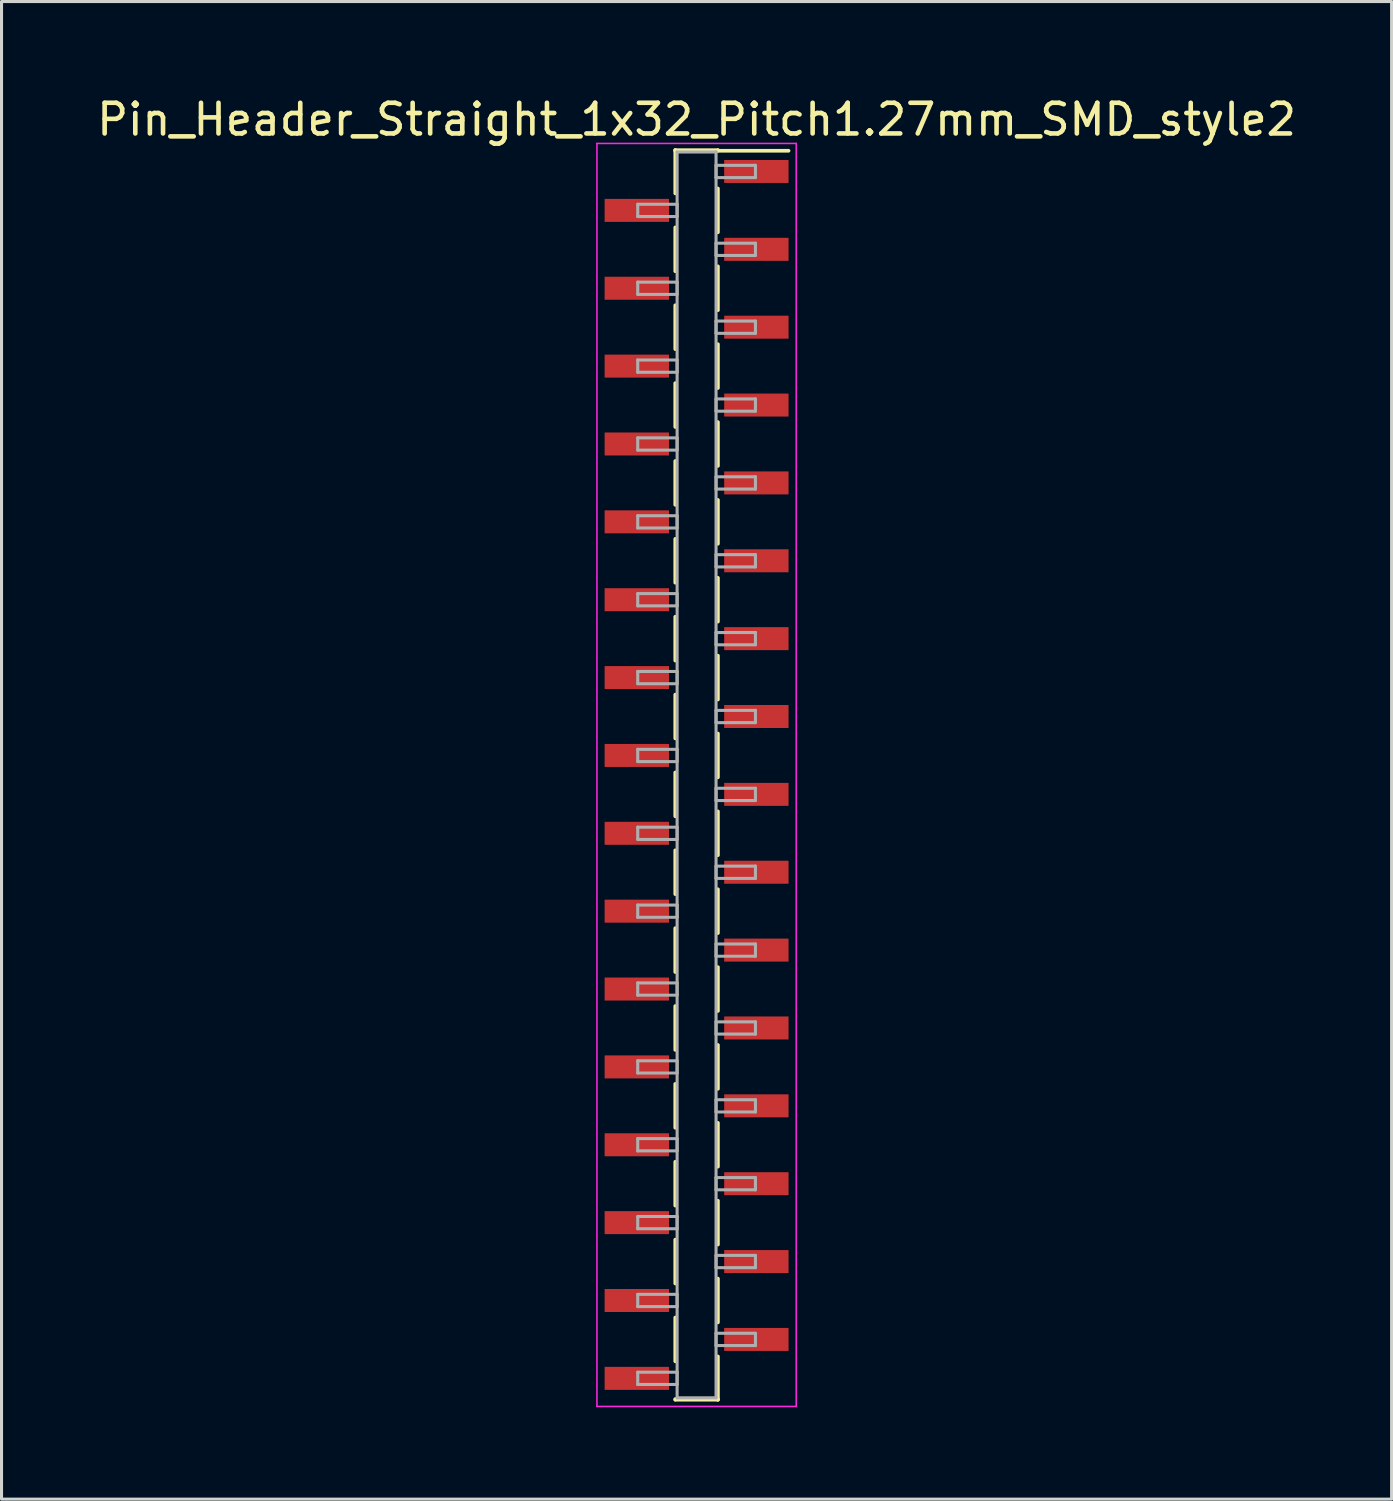
<source format=kicad_pcb>
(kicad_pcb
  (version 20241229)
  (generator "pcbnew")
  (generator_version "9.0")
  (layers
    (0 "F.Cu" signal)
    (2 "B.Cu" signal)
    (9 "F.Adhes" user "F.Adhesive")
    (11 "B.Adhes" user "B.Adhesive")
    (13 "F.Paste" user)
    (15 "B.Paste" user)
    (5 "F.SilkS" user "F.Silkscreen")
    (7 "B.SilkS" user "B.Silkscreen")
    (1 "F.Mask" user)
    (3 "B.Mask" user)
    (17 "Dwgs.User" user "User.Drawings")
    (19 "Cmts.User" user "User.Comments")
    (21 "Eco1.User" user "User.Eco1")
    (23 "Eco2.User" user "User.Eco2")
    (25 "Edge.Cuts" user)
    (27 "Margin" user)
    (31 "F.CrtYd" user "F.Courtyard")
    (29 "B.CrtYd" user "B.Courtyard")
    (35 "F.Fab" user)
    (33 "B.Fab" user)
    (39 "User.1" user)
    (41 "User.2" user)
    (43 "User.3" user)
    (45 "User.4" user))
  (footprint "Pin_Header_Straight_1x32_Pitch1.27mm_SMD_style2"
    (layer "F.Cu")
    (at 19.673 22.228)
    (property "Reference" "Pin_Header_Straight_1x32_Pitch1.27mm_SMD_style2" (at 0 -21.38 0) (layer "F.SilkS") (effects (font (size 1 1) (thickness 0.15))))
    (attr smd)
    (fp_line (start -0.695 -20.38) (end -0.695 -18.97) (stroke (width 0.12) (type solid)) (layer "F.SilkS"))
    (fp_line (start -0.695 -20.38) (end 0.695 -20.38) (stroke (width 0.12) (type solid)) (layer "F.SilkS"))
    (fp_line (start -0.695 -20.36) (end -0.695 -20.38) (stroke (width 0.12) (type solid)) (layer "F.SilkS"))
    (fp_line (start -0.695 -17.86) (end -0.695 -16.43) (stroke (width 0.12) (type solid)) (layer "F.SilkS"))
    (fp_line (start -0.695 -15.32) (end -0.695 -13.89) (stroke (width 0.12) (type solid)) (layer "F.SilkS"))
    (fp_line (start -0.695 -12.78) (end -0.695 -11.35) (stroke (width 0.12) (type solid)) (layer "F.SilkS"))
    (fp_line (start -0.695 -10.24) (end -0.695 -8.81) (stroke (width 0.12) (type solid)) (layer "F.SilkS"))
    (fp_line (start -0.695 -7.7) (end -0.695 -6.27) (stroke (width 0.12) (type solid)) (layer "F.SilkS"))
    (fp_line (start -0.695 -5.16) (end -0.695 -3.73) (stroke (width 0.12) (type solid)) (layer "F.SilkS"))
    (fp_line (start -0.695 -2.62) (end -0.695 -1.19) (stroke (width 0.12) (type solid)) (layer "F.SilkS"))
    (fp_line (start -0.695 -0.08) (end -0.695 1.35) (stroke (width 0.12) (type solid)) (layer "F.SilkS"))
    (fp_line (start -0.695 2.46) (end -0.695 3.89) (stroke (width 0.12) (type solid)) (layer "F.SilkS"))
    (fp_line (start -0.695 5) (end -0.695 6.43) (stroke (width 0.12) (type solid)) (layer "F.SilkS"))
    (fp_line (start -0.695 7.54) (end -0.695 8.97) (stroke (width 0.12) (type solid)) (layer "F.SilkS"))
    (fp_line (start -0.695 10.08) (end -0.695 11.51) (stroke (width 0.12) (type solid)) (layer "F.SilkS"))
    (fp_line (start -0.695 12.62) (end -0.695 14.05) (stroke (width 0.12) (type solid)) (layer "F.SilkS"))
    (fp_line (start -0.695 15.16) (end -0.695 16.59) (stroke (width 0.12) (type solid)) (layer "F.SilkS"))
    (fp_line (start -0.695 17.7) (end -0.695 19.13) (stroke (width 0.12) (type solid)) (layer "F.SilkS"))
    (fp_line (start -0.695 20.36) (end -0.695 20.38) (stroke (width 0.12) (type solid)) (layer "F.SilkS"))
    (fp_line (start -0.695 20.38) (end 0.695 20.38) (stroke (width 0.12) (type solid)) (layer "F.SilkS"))
    (fp_line (start 0.695 -20.38) (end 0.695 -20.36) (stroke (width 0.12) (type solid)) (layer "F.SilkS"))
    (fp_line (start 0.695 -20.36) (end 3 -20.36) (stroke (width 0.12) (type solid)) (layer "F.SilkS"))
    (fp_line (start 0.695 -19.13) (end 0.695 -17.7) (stroke (width 0.12) (type solid)) (layer "F.SilkS"))
    (fp_line (start 0.695 -16.59) (end 0.695 -15.16) (stroke (width 0.12) (type solid)) (layer "F.SilkS"))
    (fp_line (start 0.695 -14.05) (end 0.695 -12.62) (stroke (width 0.12) (type solid)) (layer "F.SilkS"))
    (fp_line (start 0.695 -11.51) (end 0.695 -10.08) (stroke (width 0.12) (type solid)) (layer "F.SilkS"))
    (fp_line (start 0.695 -8.97) (end 0.695 -7.54) (stroke (width 0.12) (type solid)) (layer "F.SilkS"))
    (fp_line (start 0.695 -6.43) (end 0.695 -5) (stroke (width 0.12) (type solid)) (layer "F.SilkS"))
    (fp_line (start 0.695 -3.89) (end 0.695 -2.46) (stroke (width 0.12) (type solid)) (layer "F.SilkS"))
    (fp_line (start 0.695 -1.35) (end 0.695 0.08) (stroke (width 0.12) (type solid)) (layer "F.SilkS"))
    (fp_line (start 0.695 1.19) (end 0.695 2.62) (stroke (width 0.12) (type solid)) (layer "F.SilkS"))
    (fp_line (start 0.695 3.73) (end 0.695 5.16) (stroke (width 0.12) (type solid)) (layer "F.SilkS"))
    (fp_line (start 0.695 6.27) (end 0.695 7.7) (stroke (width 0.12) (type solid)) (layer "F.SilkS"))
    (fp_line (start 0.695 8.81) (end 0.695 10.24) (stroke (width 0.12) (type solid)) (layer "F.SilkS"))
    (fp_line (start 0.695 11.35) (end 0.695 12.78) (stroke (width 0.12) (type solid)) (layer "F.SilkS"))
    (fp_line (start 0.695 13.89) (end 0.695 15.32) (stroke (width 0.12) (type solid)) (layer "F.SilkS"))
    (fp_line (start 0.695 16.43) (end 0.695 17.86) (stroke (width 0.12) (type solid)) (layer "F.SilkS"))
    (fp_line (start 0.695 18.97) (end 0.695 20.38) (stroke (width 0.12) (type solid)) (layer "F.SilkS"))
    (fp_line (start 0.695 20.38) (end 0.695 20.36) (stroke (width 0.12) (type solid)) (layer "F.SilkS"))
    (fp_line (start -3.25 -20.6) (end -3.25 20.6) (stroke (width 0.05) (type solid)) (layer "F.CrtYd"))
    (fp_line (start -3.25 20.6) (end 3.25 20.6) (stroke (width 0.05) (type solid)) (layer "F.CrtYd"))
    (fp_line (start 3.25 -20.6) (end -3.25 -20.6) (stroke (width 0.05) (type solid)) (layer "F.CrtYd"))
    (fp_line (start 3.25 20.6) (end 3.25 -20.6) (stroke (width 0.05) (type solid)) (layer "F.CrtYd"))
    (fp_line (start -1.92 -18.615) (end -0.635 -18.615) (stroke (width 0.1) (type solid)) (layer "F.Fab"))
    (fp_line (start -1.92 -18.215) (end -1.92 -18.615) (stroke (width 0.1) (type solid)) (layer "F.Fab"))
    (fp_line (start -1.92 -16.075) (end -0.635 -16.075) (stroke (width 0.1) (type solid)) (layer "F.Fab"))
    (fp_line (start -1.92 -15.675) (end -1.92 -16.075) (stroke (width 0.1) (type solid)) (layer "F.Fab"))
    (fp_line (start -1.92 -13.535) (end -0.635 -13.535) (stroke (width 0.1) (type solid)) (layer "F.Fab"))
    (fp_line (start -1.92 -13.135) (end -1.92 -13.535) (stroke (width 0.1) (type solid)) (layer "F.Fab"))
    (fp_line (start -1.92 -10.995) (end -0.635 -10.995) (stroke (width 0.1) (type solid)) (layer "F.Fab"))
    (fp_line (start -1.92 -10.595) (end -1.92 -10.995) (stroke (width 0.1) (type solid)) (layer "F.Fab"))
    (fp_line (start -1.92 -8.455) (end -0.635 -8.455) (stroke (width 0.1) (type solid)) (layer "F.Fab"))
    (fp_line (start -1.92 -8.055) (end -1.92 -8.455) (stroke (width 0.1) (type solid)) (layer "F.Fab"))
    (fp_line (start -1.92 -5.915) (end -0.635 -5.915) (stroke (width 0.1) (type solid)) (layer "F.Fab"))
    (fp_line (start -1.92 -5.515) (end -1.92 -5.915) (stroke (width 0.1) (type solid)) (layer "F.Fab"))
    (fp_line (start -1.92 -3.375) (end -0.635 -3.375) (stroke (width 0.1) (type solid)) (layer "F.Fab"))
    (fp_line (start -1.92 -2.975) (end -1.92 -3.375) (stroke (width 0.1) (type solid)) (layer "F.Fab"))
    (fp_line (start -1.92 -0.835) (end -0.635 -0.835) (stroke (width 0.1) (type solid)) (layer "F.Fab"))
    (fp_line (start -1.92 -0.435) (end -1.92 -0.835) (stroke (width 0.1) (type solid)) (layer "F.Fab"))
    (fp_line (start -1.92 1.705) (end -0.635 1.705) (stroke (width 0.1) (type solid)) (layer "F.Fab"))
    (fp_line (start -1.92 2.105) (end -1.92 1.705) (stroke (width 0.1) (type solid)) (layer "F.Fab"))
    (fp_line (start -1.92 4.245) (end -0.635 4.245) (stroke (width 0.1) (type solid)) (layer "F.Fab"))
    (fp_line (start -1.92 4.645) (end -1.92 4.245) (stroke (width 0.1) (type solid)) (layer "F.Fab"))
    (fp_line (start -1.92 6.785) (end -0.635 6.785) (stroke (width 0.1) (type solid)) (layer "F.Fab"))
    (fp_line (start -1.92 7.185) (end -1.92 6.785) (stroke (width 0.1) (type solid)) (layer "F.Fab"))
    (fp_line (start -1.92 9.325) (end -0.635 9.325) (stroke (width 0.1) (type solid)) (layer "F.Fab"))
    (fp_line (start -1.92 9.725) (end -1.92 9.325) (stroke (width 0.1) (type solid)) (layer "F.Fab"))
    (fp_line (start -1.92 11.865) (end -0.635 11.865) (stroke (width 0.1) (type solid)) (layer "F.Fab"))
    (fp_line (start -1.92 12.265) (end -1.92 11.865) (stroke (width 0.1) (type solid)) (layer "F.Fab"))
    (fp_line (start -1.92 14.405) (end -0.635 14.405) (stroke (width 0.1) (type solid)) (layer "F.Fab"))
    (fp_line (start -1.92 14.805) (end -1.92 14.405) (stroke (width 0.1) (type solid)) (layer "F.Fab"))
    (fp_line (start -1.92 16.945) (end -0.635 16.945) (stroke (width 0.1) (type solid)) (layer "F.Fab"))
    (fp_line (start -1.92 17.345) (end -1.92 16.945) (stroke (width 0.1) (type solid)) (layer "F.Fab"))
    (fp_line (start -1.92 19.485) (end -0.635 19.485) (stroke (width 0.1) (type solid)) (layer "F.Fab"))
    (fp_line (start -1.92 19.885) (end -1.92 19.485) (stroke (width 0.1) (type solid)) (layer "F.Fab"))
    (fp_line (start -0.635 -20.32) (end -0.635 20.32) (stroke (width 0.1) (type solid)) (layer "F.Fab"))
    (fp_line (start -0.635 -18.615) (end -0.635 -18.215) (stroke (width 0.1) (type solid)) (layer "F.Fab"))
    (fp_line (start -0.635 -18.215) (end -1.92 -18.215) (stroke (width 0.1) (type solid)) (layer "F.Fab"))
    (fp_line (start -0.635 -16.075) (end -0.635 -15.675) (stroke (width 0.1) (type solid)) (layer "F.Fab"))
    (fp_line (start -0.635 -15.675) (end -1.92 -15.675) (stroke (width 0.1) (type solid)) (layer "F.Fab"))
    (fp_line (start -0.635 -13.535) (end -0.635 -13.135) (stroke (width 0.1) (type solid)) (layer "F.Fab"))
    (fp_line (start -0.635 -13.135) (end -1.92 -13.135) (stroke (width 0.1) (type solid)) (layer "F.Fab"))
    (fp_line (start -0.635 -10.995) (end -0.635 -10.595) (stroke (width 0.1) (type solid)) (layer "F.Fab"))
    (fp_line (start -0.635 -10.595) (end -1.92 -10.595) (stroke (width 0.1) (type solid)) (layer "F.Fab"))
    (fp_line (start -0.635 -8.455) (end -0.635 -8.055) (stroke (width 0.1) (type solid)) (layer "F.Fab"))
    (fp_line (start -0.635 -8.055) (end -1.92 -8.055) (stroke (width 0.1) (type solid)) (layer "F.Fab"))
    (fp_line (start -0.635 -5.915) (end -0.635 -5.515) (stroke (width 0.1) (type solid)) (layer "F.Fab"))
    (fp_line (start -0.635 -5.515) (end -1.92 -5.515) (stroke (width 0.1) (type solid)) (layer "F.Fab"))
    (fp_line (start -0.635 -3.375) (end -0.635 -2.975) (stroke (width 0.1) (type solid)) (layer "F.Fab"))
    (fp_line (start -0.635 -2.975) (end -1.92 -2.975) (stroke (width 0.1) (type solid)) (layer "F.Fab"))
    (fp_line (start -0.635 -0.835) (end -0.635 -0.435) (stroke (width 0.1) (type solid)) (layer "F.Fab"))
    (fp_line (start -0.635 -0.435) (end -1.92 -0.435) (stroke (width 0.1) (type solid)) (layer "F.Fab"))
    (fp_line (start -0.635 1.705) (end -0.635 2.105) (stroke (width 0.1) (type solid)) (layer "F.Fab"))
    (fp_line (start -0.635 2.105) (end -1.92 2.105) (stroke (width 0.1) (type solid)) (layer "F.Fab"))
    (fp_line (start -0.635 4.245) (end -0.635 4.645) (stroke (width 0.1) (type solid)) (layer "F.Fab"))
    (fp_line (start -0.635 4.645) (end -1.92 4.645) (stroke (width 0.1) (type solid)) (layer "F.Fab"))
    (fp_line (start -0.635 6.785) (end -0.635 7.185) (stroke (width 0.1) (type solid)) (layer "F.Fab"))
    (fp_line (start -0.635 7.185) (end -1.92 7.185) (stroke (width 0.1) (type solid)) (layer "F.Fab"))
    (fp_line (start -0.635 9.325) (end -0.635 9.725) (stroke (width 0.1) (type solid)) (layer "F.Fab"))
    (fp_line (start -0.635 9.725) (end -1.92 9.725) (stroke (width 0.1) (type solid)) (layer "F.Fab"))
    (fp_line (start -0.635 11.865) (end -0.635 12.265) (stroke (width 0.1) (type solid)) (layer "F.Fab"))
    (fp_line (start -0.635 12.265) (end -1.92 12.265) (stroke (width 0.1) (type solid)) (layer "F.Fab"))
    (fp_line (start -0.635 14.405) (end -0.635 14.805) (stroke (width 0.1) (type solid)) (layer "F.Fab"))
    (fp_line (start -0.635 14.805) (end -1.92 14.805) (stroke (width 0.1) (type solid)) (layer "F.Fab"))
    (fp_line (start -0.635 16.945) (end -0.635 17.345) (stroke (width 0.1) (type solid)) (layer "F.Fab"))
    (fp_line (start -0.635 17.345) (end -1.92 17.345) (stroke (width 0.1) (type solid)) (layer "F.Fab"))
    (fp_line (start -0.635 19.485) (end -0.635 19.885) (stroke (width 0.1) (type solid)) (layer "F.Fab"))
    (fp_line (start -0.635 19.885) (end -1.92 19.885) (stroke (width 0.1) (type solid)) (layer "F.Fab"))
    (fp_line (start -0.635 20.32) (end 0.635 20.32) (stroke (width 0.1) (type solid)) (layer "F.Fab"))
    (fp_line (start 0.635 -20.32) (end -0.635 -20.32) (stroke (width 0.1) (type solid)) (layer "F.Fab"))
    (fp_line (start 0.635 -19.885) (end 0.635 -19.485) (stroke (width 0.1) (type solid)) (layer "F.Fab"))
    (fp_line (start 0.635 -19.485) (end 1.92 -19.485) (stroke (width 0.1) (type solid)) (layer "F.Fab"))
    (fp_line (start 0.635 -17.345) (end 0.635 -16.945) (stroke (width 0.1) (type solid)) (layer "F.Fab"))
    (fp_line (start 0.635 -16.945) (end 1.92 -16.945) (stroke (width 0.1) (type solid)) (layer "F.Fab"))
    (fp_line (start 0.635 -14.805) (end 0.635 -14.405) (stroke (width 0.1) (type solid)) (layer "F.Fab"))
    (fp_line (start 0.635 -14.405) (end 1.92 -14.405) (stroke (width 0.1) (type solid)) (layer "F.Fab"))
    (fp_line (start 0.635 -12.265) (end 0.635 -11.865) (stroke (width 0.1) (type solid)) (layer "F.Fab"))
    (fp_line (start 0.635 -11.865) (end 1.92 -11.865) (stroke (width 0.1) (type solid)) (layer "F.Fab"))
    (fp_line (start 0.635 -9.725) (end 0.635 -9.325) (stroke (width 0.1) (type solid)) (layer "F.Fab"))
    (fp_line (start 0.635 -9.325) (end 1.92 -9.325) (stroke (width 0.1) (type solid)) (layer "F.Fab"))
    (fp_line (start 0.635 -7.185) (end 0.635 -6.785) (stroke (width 0.1) (type solid)) (layer "F.Fab"))
    (fp_line (start 0.635 -6.785) (end 1.92 -6.785) (stroke (width 0.1) (type solid)) (layer "F.Fab"))
    (fp_line (start 0.635 -4.645) (end 0.635 -4.245) (stroke (width 0.1) (type solid)) (layer "F.Fab"))
    (fp_line (start 0.635 -4.245) (end 1.92 -4.245) (stroke (width 0.1) (type solid)) (layer "F.Fab"))
    (fp_line (start 0.635 -2.105) (end 0.635 -1.705) (stroke (width 0.1) (type solid)) (layer "F.Fab"))
    (fp_line (start 0.635 -1.705) (end 1.92 -1.705) (stroke (width 0.1) (type solid)) (layer "F.Fab"))
    (fp_line (start 0.635 0.435) (end 0.635 0.835) (stroke (width 0.1) (type solid)) (layer "F.Fab"))
    (fp_line (start 0.635 0.835) (end 1.92 0.835) (stroke (width 0.1) (type solid)) (layer "F.Fab"))
    (fp_line (start 0.635 2.975) (end 0.635 3.375) (stroke (width 0.1) (type solid)) (layer "F.Fab"))
    (fp_line (start 0.635 3.375) (end 1.92 3.375) (stroke (width 0.1) (type solid)) (layer "F.Fab"))
    (fp_line (start 0.635 5.515) (end 0.635 5.915) (stroke (width 0.1) (type solid)) (layer "F.Fab"))
    (fp_line (start 0.635 5.915) (end 1.92 5.915) (stroke (width 0.1) (type solid)) (layer "F.Fab"))
    (fp_line (start 0.635 8.055) (end 0.635 8.455) (stroke (width 0.1) (type solid)) (layer "F.Fab"))
    (fp_line (start 0.635 8.455) (end 1.92 8.455) (stroke (width 0.1) (type solid)) (layer "F.Fab"))
    (fp_line (start 0.635 10.595) (end 0.635 10.995) (stroke (width 0.1) (type solid)) (layer "F.Fab"))
    (fp_line (start 0.635 10.995) (end 1.92 10.995) (stroke (width 0.1) (type solid)) (layer "F.Fab"))
    (fp_line (start 0.635 13.135) (end 0.635 13.535) (stroke (width 0.1) (type solid)) (layer "F.Fab"))
    (fp_line (start 0.635 13.535) (end 1.92 13.535) (stroke (width 0.1) (type solid)) (layer "F.Fab"))
    (fp_line (start 0.635 15.675) (end 0.635 16.075) (stroke (width 0.1) (type solid)) (layer "F.Fab"))
    (fp_line (start 0.635 16.075) (end 1.92 16.075) (stroke (width 0.1) (type solid)) (layer "F.Fab"))
    (fp_line (start 0.635 18.215) (end 0.635 18.615) (stroke (width 0.1) (type solid)) (layer "F.Fab"))
    (fp_line (start 0.635 18.615) (end 1.92 18.615) (stroke (width 0.1) (type solid)) (layer "F.Fab"))
    (fp_line (start 0.635 20.32) (end 0.635 -20.32) (stroke (width 0.1) (type solid)) (layer "F.Fab"))
    (fp_line (start 1.92 -19.885) (end 0.635 -19.885) (stroke (width 0.1) (type solid)) (layer "F.Fab"))
    (fp_line (start 1.92 -19.485) (end 1.92 -19.885) (stroke (width 0.1) (type solid)) (layer "F.Fab"))
    (fp_line (start 1.92 -17.345) (end 0.635 -17.345) (stroke (width 0.1) (type solid)) (layer "F.Fab"))
    (fp_line (start 1.92 -16.945) (end 1.92 -17.345) (stroke (width 0.1) (type solid)) (layer "F.Fab"))
    (fp_line (start 1.92 -14.805) (end 0.635 -14.805) (stroke (width 0.1) (type solid)) (layer "F.Fab"))
    (fp_line (start 1.92 -14.405) (end 1.92 -14.805) (stroke (width 0.1) (type solid)) (layer "F.Fab"))
    (fp_line (start 1.92 -12.265) (end 0.635 -12.265) (stroke (width 0.1) (type solid)) (layer "F.Fab"))
    (fp_line (start 1.92 -11.865) (end 1.92 -12.265) (stroke (width 0.1) (type solid)) (layer "F.Fab"))
    (fp_line (start 1.92 -9.725) (end 0.635 -9.725) (stroke (width 0.1) (type solid)) (layer "F.Fab"))
    (fp_line (start 1.92 -9.325) (end 1.92 -9.725) (stroke (width 0.1) (type solid)) (layer "F.Fab"))
    (fp_line (start 1.92 -7.185) (end 0.635 -7.185) (stroke (width 0.1) (type solid)) (layer "F.Fab"))
    (fp_line (start 1.92 -6.785) (end 1.92 -7.185) (stroke (width 0.1) (type solid)) (layer "F.Fab"))
    (fp_line (start 1.92 -4.645) (end 0.635 -4.645) (stroke (width 0.1) (type solid)) (layer "F.Fab"))
    (fp_line (start 1.92 -4.245) (end 1.92 -4.645) (stroke (width 0.1) (type solid)) (layer "F.Fab"))
    (fp_line (start 1.92 -2.105) (end 0.635 -2.105) (stroke (width 0.1) (type solid)) (layer "F.Fab"))
    (fp_line (start 1.92 -1.705) (end 1.92 -2.105) (stroke (width 0.1) (type solid)) (layer "F.Fab"))
    (fp_line (start 1.92 0.435) (end 0.635 0.435) (stroke (width 0.1) (type solid)) (layer "F.Fab"))
    (fp_line (start 1.92 0.835) (end 1.92 0.435) (stroke (width 0.1) (type solid)) (layer "F.Fab"))
    (fp_line (start 1.92 2.975) (end 0.635 2.975) (stroke (width 0.1) (type solid)) (layer "F.Fab"))
    (fp_line (start 1.92 3.375) (end 1.92 2.975) (stroke (width 0.1) (type solid)) (layer "F.Fab"))
    (fp_line (start 1.92 5.515) (end 0.635 5.515) (stroke (width 0.1) (type solid)) (layer "F.Fab"))
    (fp_line (start 1.92 5.915) (end 1.92 5.515) (stroke (width 0.1) (type solid)) (layer "F.Fab"))
    (fp_line (start 1.92 8.055) (end 0.635 8.055) (stroke (width 0.1) (type solid)) (layer "F.Fab"))
    (fp_line (start 1.92 8.455) (end 1.92 8.055) (stroke (width 0.1) (type solid)) (layer "F.Fab"))
    (fp_line (start 1.92 10.595) (end 0.635 10.595) (stroke (width 0.1) (type solid)) (layer "F.Fab"))
    (fp_line (start 1.92 10.995) (end 1.92 10.595) (stroke (width 0.1) (type solid)) (layer "F.Fab"))
    (fp_line (start 1.92 13.135) (end 0.635 13.135) (stroke (width 0.1) (type solid)) (layer "F.Fab"))
    (fp_line (start 1.92 13.535) (end 1.92 13.135) (stroke (width 0.1) (type solid)) (layer "F.Fab"))
    (fp_line (start 1.92 15.675) (end 0.635 15.675) (stroke (width 0.1) (type solid)) (layer "F.Fab"))
    (fp_line (start 1.92 16.075) (end 1.92 15.675) (stroke (width 0.1) (type solid)) (layer "F.Fab"))
    (fp_line (start 1.92 18.215) (end 0.635 18.215) (stroke (width 0.1) (type solid)) (layer "F.Fab"))
    (fp_line (start 1.92 18.615) (end 1.92 18.215) (stroke (width 0.1) (type solid)) (layer "F.Fab"))
    (pad "1" smd rect (at 1.95 -19.685) (size 2.1 0.75) (layers "F.Cu" "F.Mask"))
    (pad "2" smd rect (at -1.95 -18.415) (size 2.1 0.75) (layers "F.Cu" "F.Mask"))
    (pad "3" smd rect (at 1.95 -17.145) (size 2.1 0.75) (layers "F.Cu" "F.Mask"))
    (pad "4" smd rect (at -1.95 -15.875) (size 2.1 0.75) (layers "F.Cu" "F.Mask"))
    (pad "5" smd rect (at 1.95 -14.605) (size 2.1 0.75) (layers "F.Cu" "F.Mask"))
    (pad "6" smd rect (at -1.95 -13.335) (size 2.1 0.75) (layers "F.Cu" "F.Mask"))
    (pad "7" smd rect (at 1.95 -12.065) (size 2.1 0.75) (layers "F.Cu" "F.Mask"))
    (pad "8" smd rect (at -1.95 -10.795) (size 2.1 0.75) (layers "F.Cu" "F.Mask"))
    (pad "9" smd rect (at 1.95 -9.525) (size 2.1 0.75) (layers "F.Cu" "F.Mask"))
    (pad "10" smd rect (at -1.95 -8.255) (size 2.1 0.75) (layers "F.Cu" "F.Mask"))
    (pad "11" smd rect (at 1.95 -6.985) (size 2.1 0.75) (layers "F.Cu" "F.Mask"))
    (pad "12" smd rect (at -1.95 -5.715) (size 2.1 0.75) (layers "F.Cu" "F.Mask"))
    (pad "13" smd rect (at 1.95 -4.445) (size 2.1 0.75) (layers "F.Cu" "F.Mask"))
    (pad "14" smd rect (at -1.95 -3.175) (size 2.1 0.75) (layers "F.Cu" "F.Mask"))
    (pad "15" smd rect (at 1.95 -1.905) (size 2.1 0.75) (layers "F.Cu" "F.Mask"))
    (pad "16" smd rect (at -1.95 -0.635) (size 2.1 0.75) (layers "F.Cu" "F.Mask"))
    (pad "17" smd rect (at 1.95 0.635) (size 2.1 0.75) (layers "F.Cu" "F.Mask"))
    (pad "18" smd rect (at -1.95 1.905) (size 2.1 0.75) (layers "F.Cu" "F.Mask"))
    (pad "19" smd rect (at 1.95 3.175) (size 2.1 0.75) (layers "F.Cu" "F.Mask"))
    (pad "20" smd rect (at -1.95 4.445) (size 2.1 0.75) (layers "F.Cu" "F.Mask"))
    (pad "21" smd rect (at 1.95 5.715) (size 2.1 0.75) (layers "F.Cu" "F.Mask"))
    (pad "22" smd rect (at -1.95 6.985) (size 2.1 0.75) (layers "F.Cu" "F.Mask"))
    (pad "23" smd rect (at 1.95 8.255) (size 2.1 0.75) (layers "F.Cu" "F.Mask"))
    (pad "24" smd rect (at -1.95 9.525) (size 2.1 0.75) (layers "F.Cu" "F.Mask"))
    (pad "25" smd rect (at 1.95 10.795) (size 2.1 0.75) (layers "F.Cu" "F.Mask"))
    (pad "26" smd rect (at -1.95 12.065) (size 2.1 0.75) (layers "F.Cu" "F.Mask"))
    (pad "27" smd rect (at 1.95 13.335) (size 2.1 0.75) (layers "F.Cu" "F.Mask"))
    (pad "28" smd rect (at -1.95 14.605) (size 2.1 0.75) (layers "F.Cu" "F.Mask"))
    (pad "29" smd rect (at 1.95 15.875) (size 2.1 0.75) (layers "F.Cu" "F.Mask"))
    (pad "30" smd rect (at -1.95 17.145) (size 2.1 0.75) (layers "F.Cu" "F.Mask"))
    (pad "31" smd rect (at 1.95 18.415) (size 2.1 0.75) (layers "F.Cu" "F.Mask"))
    (pad "32" smd rect (at -1.95 19.685) (size 2.1 0.75) (layers "F.Cu" "F.Mask")))
  (gr_rect
    (start -3 -3)
    (end 42.345 45.853)
    (stroke (width 0.1) (type default))
    (fill no)
    (layer "Edge.Cuts")))
</source>
